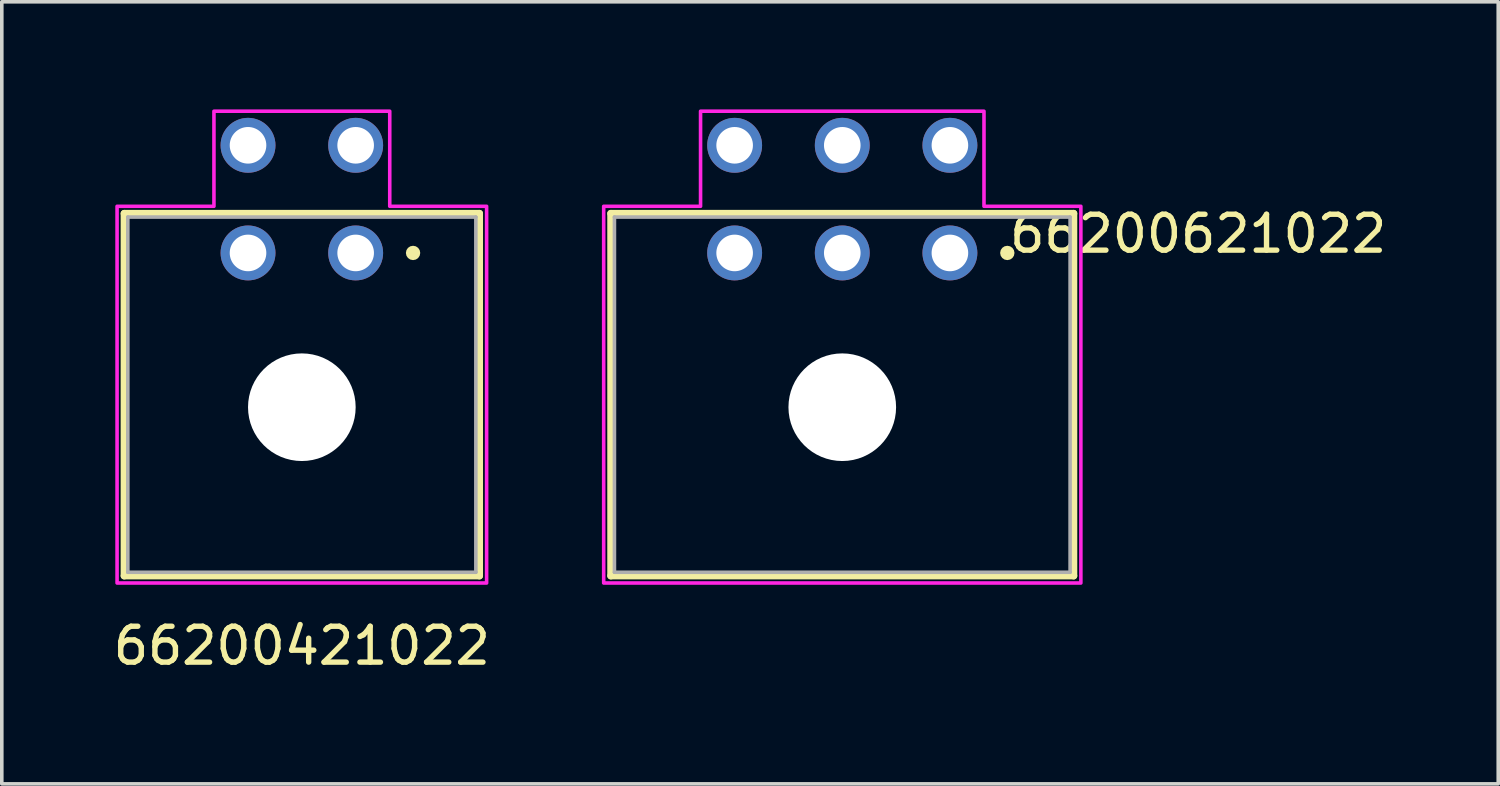
<source format=kicad_pcb>
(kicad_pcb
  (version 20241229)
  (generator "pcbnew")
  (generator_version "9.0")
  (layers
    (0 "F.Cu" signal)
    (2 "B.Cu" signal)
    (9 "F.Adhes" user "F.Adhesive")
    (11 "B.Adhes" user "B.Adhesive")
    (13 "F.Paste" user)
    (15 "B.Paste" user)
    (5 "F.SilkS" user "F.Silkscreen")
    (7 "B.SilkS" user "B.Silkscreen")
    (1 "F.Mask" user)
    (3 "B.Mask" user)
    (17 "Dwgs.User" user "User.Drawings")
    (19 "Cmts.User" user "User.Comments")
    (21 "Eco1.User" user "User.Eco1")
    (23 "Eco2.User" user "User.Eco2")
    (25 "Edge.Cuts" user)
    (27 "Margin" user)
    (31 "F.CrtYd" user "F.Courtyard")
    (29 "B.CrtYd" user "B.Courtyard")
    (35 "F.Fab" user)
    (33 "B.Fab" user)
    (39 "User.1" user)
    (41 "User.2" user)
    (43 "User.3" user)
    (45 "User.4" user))
  (footprint "66200621022"
    (layer "F.Cu")
    (at 20.426 7.95)
    (property "Reference" "66200621022" (at 9.92 -4.483 0) (layer "F.SilkS") (effects (font (size 1 1) (thickness 0.15))))
    (attr through_hole)
    (fp_line (start -6.45 -5.05) (end 6.45 -5.05) (stroke (width 0.2) (type solid)) (layer "F.SilkS"))
    (fp_line (start -6.45 5.05) (end -6.45 -5.05) (stroke (width 0.2) (type solid)) (layer "F.SilkS"))
    (fp_line (start 6.45 -5.05) (end 6.45 5.05) (stroke (width 0.2) (type solid)) (layer "F.SilkS"))
    (fp_line (start 6.45 5.05) (end -6.45 5.05) (stroke (width 0.2) (type solid)) (layer "F.SilkS"))
    (fp_circle (center 4.6 -3.95) (end 4.7 -3.95) (stroke (width 0.2) (type solid)) (fill no) (layer "F.SilkS"))
    (fp_poly (pts (xy 3.95 -7.9) (xy 3.95 -5.25) (xy 6.65 -5.25) (xy 6.65 5.25) (xy -6.65 5.25) (xy -6.65 -5.25) (xy -3.95 -5.25) (xy -3.95 -7.9)) (stroke (width 0.1) (type solid)) (fill no) (layer "F.CrtYd"))
    (fp_line (start -6.35 -4.95) (end 6.35 -4.95) (stroke (width 0.1) (type solid)) (layer "F.Fab"))
    (fp_line (start -6.35 4.95) (end -6.35 -4.95) (stroke (width 0.1) (type solid)) (layer "F.Fab"))
    (fp_line (start 6.35 -4.95) (end 6.35 4.95) (stroke (width 0.1) (type solid)) (layer "F.Fab"))
    (fp_line (start 6.35 4.95) (end -6.35 4.95) (stroke (width 0.1) (type solid)) (layer "F.Fab"))
    (pad "" np_thru_hole circle (at 0 0.35) (size 3 3) (drill 3) (layers "*.Cu" "*.Mask"))
    (pad "1" thru_hole circle (at 3 -3.95) (size 1.53 1.53) (drill 1.02) (layers "*.Cu" "*.Mask"))
    (pad "2" thru_hole circle (at 0 -3.95) (size 1.53 1.53) (drill 1.02) (layers "*.Cu" "*.Mask"))
    (pad "3" thru_hole circle (at -3 -3.95) (size 1.53 1.53) (drill 1.02) (layers "*.Cu" "*.Mask"))
    (pad "4" thru_hole circle (at 3 -6.95) (size 1.53 1.53) (drill 1.02) (layers "*.Cu" "*.Mask"))
    (pad "5" thru_hole circle (at 0 -6.95) (size 1.53 1.53) (drill 1.02) (layers "*.Cu" "*.Mask"))
    (pad "6" thru_hole circle (at -3 -6.95) (size 1.53 1.53) (drill 1.02) (layers "*.Cu" "*.Mask")))
  (footprint "66200421022"
    (layer "F.Cu")
    (at 5.363 7.95)
    (property "Reference" "66200421022" (at 0 7 0) (layer "F.SilkS") (effects (font (size 1 1) (thickness 0.15))))
    (attr through_hole)
    (fp_line (start -4.95 -5.05) (end 4.95 -5.05) (stroke (width 0.2) (type solid)) (layer "F.SilkS"))
    (fp_line (start -4.95 5.05) (end -4.95 -5.05) (stroke (width 0.2) (type solid)) (layer "F.SilkS"))
    (fp_line (start 4.95 -5.05) (end 4.95 5.05) (stroke (width 0.2) (type solid)) (layer "F.SilkS"))
    (fp_line (start 4.95 5.05) (end -4.95 5.05) (stroke (width 0.2) (type solid)) (layer "F.SilkS"))
    (fp_circle (center 3.1 -3.95) (end 3.2 -3.95) (stroke (width 0.2) (type solid)) (fill no) (layer "F.SilkS"))
    (fp_poly (pts (xy 2.45 -7.9) (xy 2.45 -5.25) (xy 5.15 -5.25) (xy 5.15 5.25) (xy -5.15 5.25) (xy -5.15 -5.25) (xy -2.45 -5.25) (xy -2.45 -7.9)) (stroke (width 0.1) (type solid)) (fill no) (layer "F.CrtYd"))
    (fp_line (start -4.85 -4.95) (end 4.85 -4.95) (stroke (width 0.1) (type solid)) (layer "F.Fab"))
    (fp_line (start -4.85 4.95) (end -4.85 -4.95) (stroke (width 0.1) (type solid)) (layer "F.Fab"))
    (fp_line (start 4.85 -4.95) (end 4.85 4.95) (stroke (width 0.1) (type solid)) (layer "F.Fab"))
    (fp_line (start 4.85 4.95) (end -4.85 4.95) (stroke (width 0.1) (type solid)) (layer "F.Fab"))
    (pad "" np_thru_hole circle (at 0 0.35) (size 3 3) (drill 3) (layers "*.Cu" "*.Mask"))
    (pad "1" thru_hole circle (at 1.5 -3.95) (size 1.53 1.53) (drill 1.02) (layers "*.Cu" "*.Mask"))
    (pad "2" thru_hole circle (at -1.5 -3.95) (size 1.53 1.53) (drill 1.02) (layers "*.Cu" "*.Mask"))
    (pad "3" thru_hole circle (at 1.5 -6.95) (size 1.53 1.53) (drill 1.02) (layers "*.Cu" "*.Mask"))
    (pad "4" thru_hole circle (at -1.5 -6.95) (size 1.53 1.53) (drill 1.02) (layers "*.Cu" "*.Mask")))
  (gr_rect
    (start -3 -3)
    (end 38.709 18.798)
    (stroke (width 0.1) (type default))
    (fill no)
    (layer "Edge.Cuts")))
</source>
